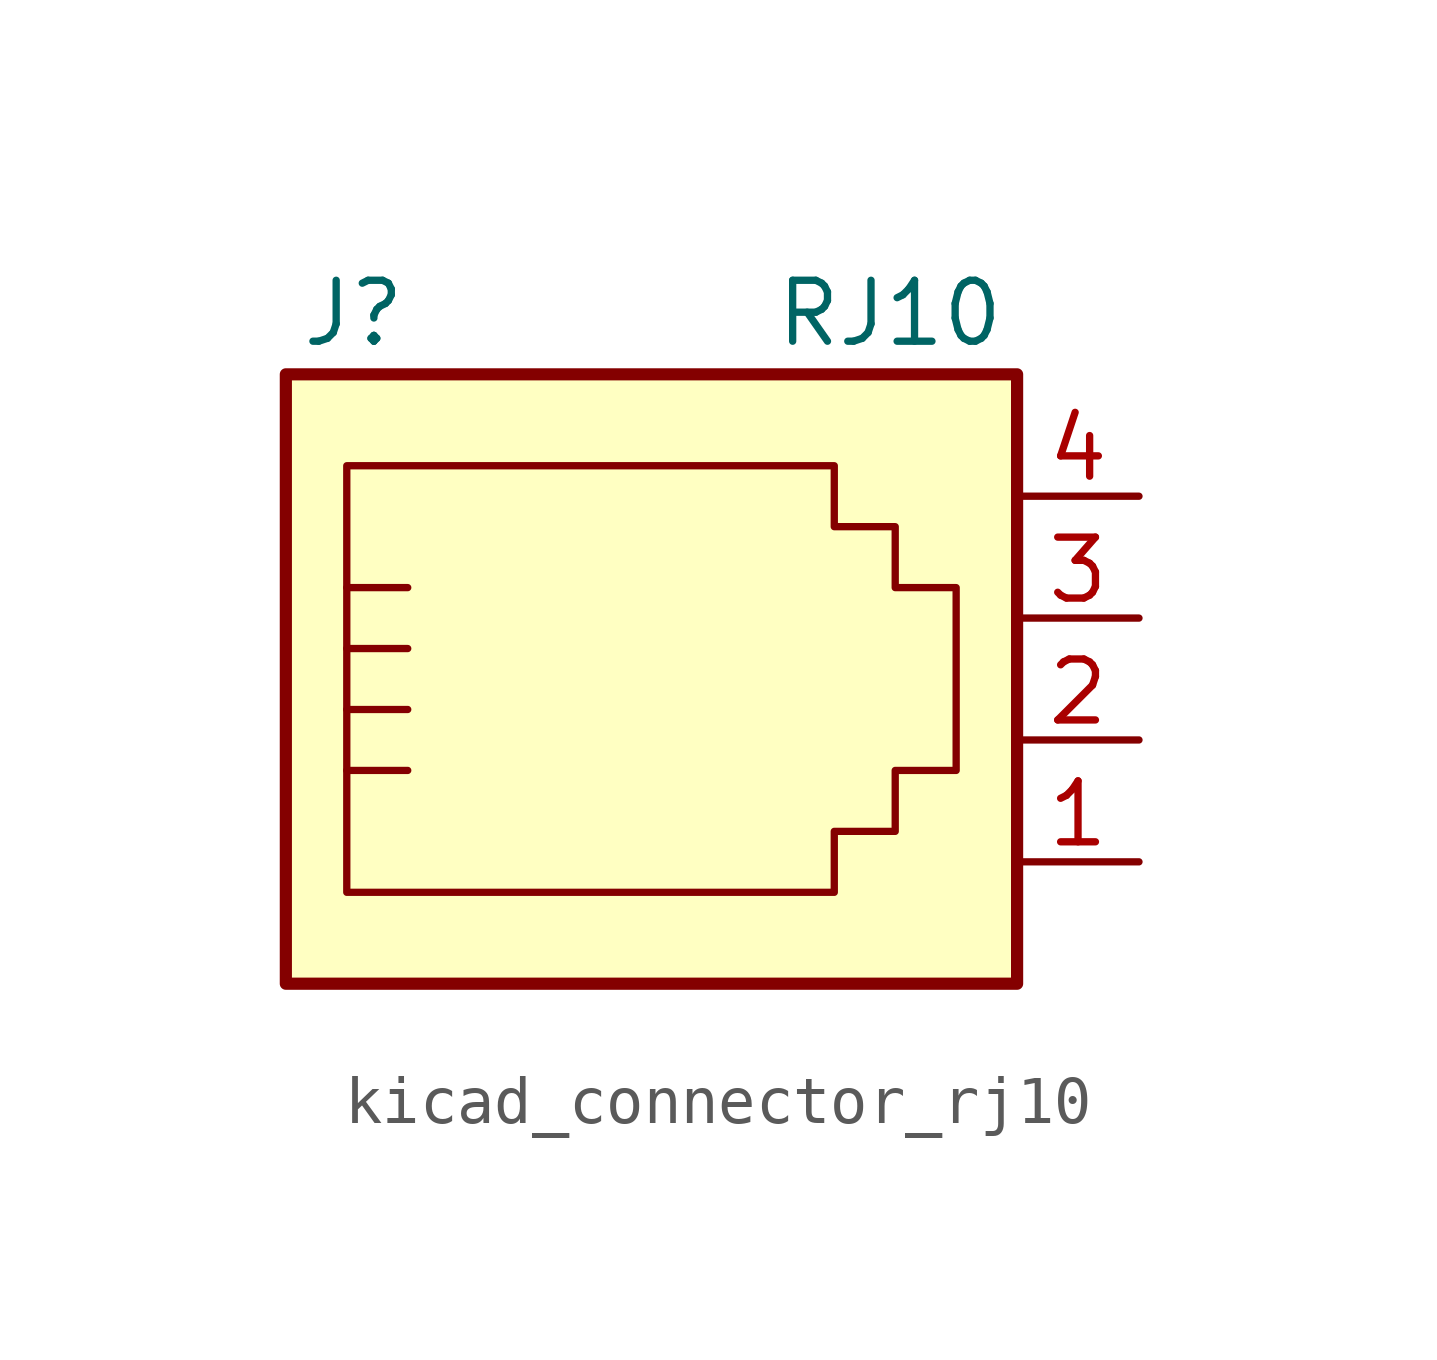
<source format=kicad_sym>
(kicad_symbol_lib
  (version 20220914)
  (generator kicad_symbol_editor)
  (symbol "kicad_connector_rj10"
    (pin_names
      (offset 1.016))
    (property "Reference" "J"
      (at -5.08 8.89 0)
      (effects (font (size 1.27 1.27)) (justify right)))
    (property "Value" "RJ10"
      (at 2.54 8.89 0)
      (effects (font (size 1.27 1.27)) (justify left)))
    (symbol "kicad_connector_rj10_0_1"
      (polyline (pts (xy -6.35 -0.635) (xy -5.08 -0.635) (xy -5.08 -0.635)) (stroke (width 0) (type default)) (fill (type none)))
      (polyline (pts (xy -6.35 0.635) (xy -5.08 0.635) (xy -5.08 0.635)) (stroke (width 0) (type default)) (fill (type none)))
      (polyline (pts (xy -6.35 1.905) (xy -5.08 1.905) (xy -5.08 1.905)) (stroke (width 0) (type default)) (fill (type none)))
      (polyline (pts (xy -6.35 3.175) (xy -5.08 3.175) (xy -5.08 3.175)) (stroke (width 0) (type default)) (fill (type none)))
      (polyline (pts (xy -6.35 -3.175) (xy -6.35 5.715) (xy -1.27 5.715) (xy 3.81 5.715) (xy 3.81 4.445) (xy 5.08 4.445) (xy 5.08 3.175) (xy 6.35 3.175) (xy 6.35 -0.635) (xy 5.08 -0.635) (xy 5.08 -1.905) (xy 3.81 -1.905) (xy 3.81 -3.175) (xy -6.35 -3.175) (xy -6.35 -3.175)) (stroke (width 0) (type default)) (fill (type none)))
      (rectangle (start 7.62 7.62) (end -7.62 -5.08) (stroke (width 0.254) (type default)) (fill (type background))))
    (symbol "kicad_connector_rj10_1_1"
      (pin passive line (at 10.16 -2.54 180) (length 2.54) (name "~" (effects (font (size 1.27 1.27)))) (number "1" (effects (font (size 1.27 1.27)))))
      (pin passive line (at 10.16 0 180) (length 2.54) (name "~" (effects (font (size 1.27 1.27)))) (number "2" (effects (font (size 1.27 1.27)))))
      (pin passive line (at 10.16 2.54 180) (length 2.54) (name "~" (effects (font (size 1.27 1.27)))) (number "3" (effects (font (size 1.27 1.27)))))
      (pin passive line (at 10.16 5.08 180) (length 2.54) (name "~" (effects (font (size 1.27 1.27)))) (number "4" (effects (font (size 1.27 1.27))))))))
</source>
